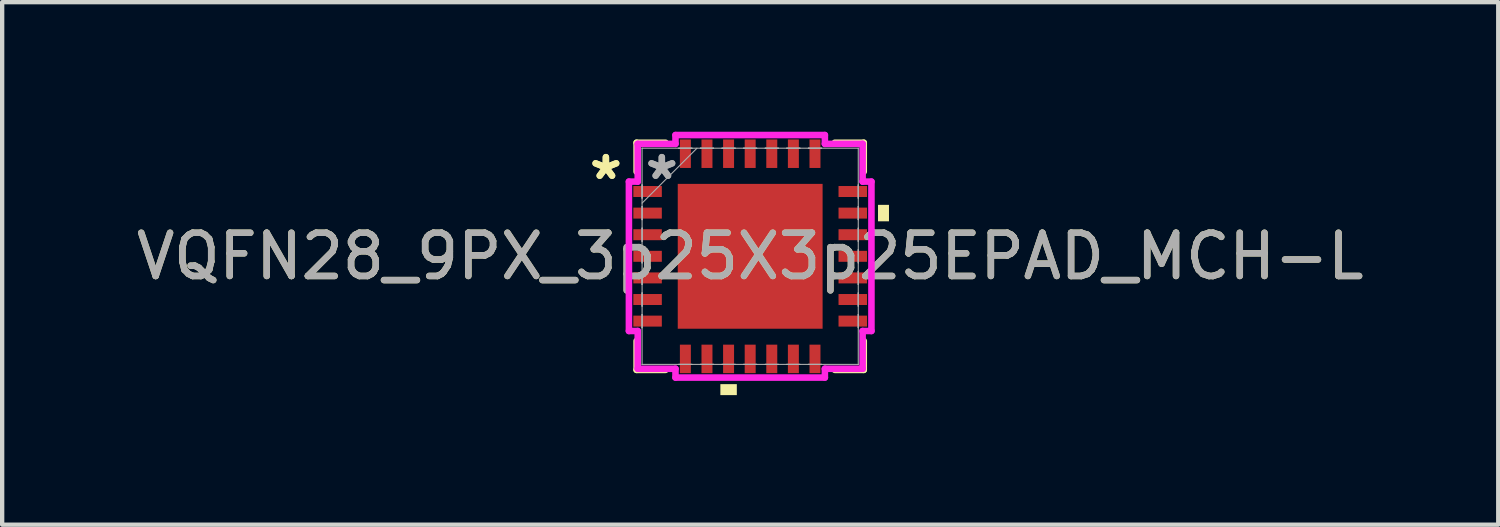
<source format=kicad_pcb>
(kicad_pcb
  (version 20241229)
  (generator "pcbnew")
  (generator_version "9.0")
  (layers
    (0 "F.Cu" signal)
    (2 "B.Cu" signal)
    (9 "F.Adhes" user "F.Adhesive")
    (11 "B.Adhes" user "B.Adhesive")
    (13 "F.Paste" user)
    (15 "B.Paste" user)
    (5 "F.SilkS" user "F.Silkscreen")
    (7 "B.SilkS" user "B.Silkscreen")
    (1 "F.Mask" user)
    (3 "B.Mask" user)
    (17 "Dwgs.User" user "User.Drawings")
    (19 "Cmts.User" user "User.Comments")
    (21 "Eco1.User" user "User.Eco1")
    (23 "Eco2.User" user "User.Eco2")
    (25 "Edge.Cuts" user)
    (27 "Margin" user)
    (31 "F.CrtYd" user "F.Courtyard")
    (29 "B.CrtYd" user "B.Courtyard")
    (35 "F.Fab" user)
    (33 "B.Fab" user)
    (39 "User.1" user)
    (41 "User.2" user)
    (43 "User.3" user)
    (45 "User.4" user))
  (footprint "VQFN28_9PX_3p25X3p25EPAD_MCH-L"
    (layer "F.Cu")
    (at 14.315 2.883)
    (property "Reference" "VQFN28_9PX_3p25X3p25EPAD_MCH-L" (at 0 0 0) (unlocked yes) (layer "F.SilkS") (effects (font (size 1 1) (thickness 0.15))))
    (attr smd)
    (fp_line (start -2.629 -2.629) (end -2.629 -1.96) (stroke (width 0.152) (type solid)) (layer "F.SilkS"))
    (fp_line (start -2.629 1.96) (end -2.629 2.629) (stroke (width 0.152) (type solid)) (layer "F.SilkS"))
    (fp_line (start -2.629 2.629) (end -1.96 2.629) (stroke (width 0.152) (type solid)) (layer "F.SilkS"))
    (fp_line (start -1.96 -2.629) (end -2.629 -2.629) (stroke (width 0.152) (type solid)) (layer "F.SilkS"))
    (fp_line (start 1.96 2.629) (end 2.629 2.629) (stroke (width 0.152) (type solid)) (layer "F.SilkS"))
    (fp_line (start 2.629 -2.629) (end 1.96 -2.629) (stroke (width 0.152) (type solid)) (layer "F.SilkS"))
    (fp_line (start 2.629 -1.96) (end 2.629 -2.629) (stroke (width 0.152) (type solid)) (layer "F.SilkS"))
    (fp_line (start 2.629 2.629) (end 2.629 1.96) (stroke (width 0.152) (type solid)) (layer "F.SilkS"))
    (fp_poly (pts (xy -0.69 2.959) (xy -0.69 3.213) (xy -0.309 3.213) (xy -0.309 2.959)) (stroke (width 0) (type solid)) (fill yes) (layer "F.SilkS"))
    (fp_poly (pts (xy 3.213 -1.191) (xy 3.213 -0.81) (xy 2.959 -0.81) (xy 2.959 -1.191)) (stroke (width 0) (type solid)) (fill yes) (layer "F.SilkS"))
    (fp_poly (pts (xy -1.576 -1.576) (xy -1.576 -0.1) (xy -0.1 -0.1) (xy -0.1 -1.576)) (stroke (width 0) (type solid)) (fill yes) (layer "F.Paste"))
    (fp_poly (pts (xy -1.576 0.1) (xy -1.576 1.576) (xy -0.1 1.576) (xy -0.1 0.1)) (stroke (width 0) (type solid)) (fill yes) (layer "F.Paste"))
    (fp_poly (pts (xy 0.1 -1.576) (xy 0.1 -0.1) (xy 1.576 -0.1) (xy 1.576 -1.576)) (stroke (width 0) (type solid)) (fill yes) (layer "F.Paste"))
    (fp_poly (pts (xy 0.1 0.1) (xy 0.1 1.576) (xy 1.576 1.576) (xy 1.576 0.1)) (stroke (width 0) (type solid)) (fill yes) (layer "F.Paste"))
    (fp_line (start -2.807 -1.729) (end -2.603 -1.729) (stroke (width 0.152) (type solid)) (layer "F.CrtYd"))
    (fp_line (start -2.807 1.729) (end -2.807 -1.729) (stroke (width 0.152) (type solid)) (layer "F.CrtYd"))
    (fp_line (start -2.603 -2.603) (end -1.729 -2.603) (stroke (width 0.152) (type solid)) (layer "F.CrtYd"))
    (fp_line (start -2.603 -1.729) (end -2.603 -2.603) (stroke (width 0.152) (type solid)) (layer "F.CrtYd"))
    (fp_line (start -2.603 1.729) (end -2.807 1.729) (stroke (width 0.152) (type solid)) (layer "F.CrtYd"))
    (fp_line (start -2.603 2.603) (end -2.603 1.729) (stroke (width 0.152) (type solid)) (layer "F.CrtYd"))
    (fp_line (start -1.729 -2.807) (end 1.729 -2.807) (stroke (width 0.152) (type solid)) (layer "F.CrtYd"))
    (fp_line (start -1.729 -2.603) (end -1.729 -2.807) (stroke (width 0.152) (type solid)) (layer "F.CrtYd"))
    (fp_line (start -1.729 2.603) (end -2.603 2.603) (stroke (width 0.152) (type solid)) (layer "F.CrtYd"))
    (fp_line (start -1.729 2.807) (end -1.729 2.603) (stroke (width 0.152) (type solid)) (layer "F.CrtYd"))
    (fp_line (start 1.729 -2.807) (end 1.729 -2.603) (stroke (width 0.152) (type solid)) (layer "F.CrtYd"))
    (fp_line (start 1.729 -2.603) (end 2.603 -2.603) (stroke (width 0.152) (type solid)) (layer "F.CrtYd"))
    (fp_line (start 1.729 2.603) (end 1.729 2.807) (stroke (width 0.152) (type solid)) (layer "F.CrtYd"))
    (fp_line (start 1.729 2.807) (end -1.729 2.807) (stroke (width 0.152) (type solid)) (layer "F.CrtYd"))
    (fp_line (start 2.603 -2.603) (end 2.603 -1.729) (stroke (width 0.152) (type solid)) (layer "F.CrtYd"))
    (fp_line (start 2.603 -1.729) (end 2.807 -1.729) (stroke (width 0.152) (type solid)) (layer "F.CrtYd"))
    (fp_line (start 2.603 1.729) (end 2.603 2.603) (stroke (width 0.152) (type solid)) (layer "F.CrtYd"))
    (fp_line (start 2.603 2.603) (end 1.729 2.603) (stroke (width 0.152) (type solid)) (layer "F.CrtYd"))
    (fp_line (start 2.807 -1.729) (end 2.807 1.729) (stroke (width 0.152) (type solid)) (layer "F.CrtYd"))
    (fp_line (start 2.807 1.729) (end 2.603 1.729) (stroke (width 0.152) (type solid)) (layer "F.CrtYd"))
    (fp_line (start -2.502 -2.502) (end -2.502 -2.502) (stroke (width 0.025) (type solid)) (layer "F.Fab"))
    (fp_line (start -2.502 -2.502) (end -2.502 2.502) (stroke (width 0.025) (type solid)) (layer "F.Fab"))
    (fp_line (start -2.502 -1.652) (end -2.502 -1.652) (stroke (width 0.025) (type solid)) (layer "F.Fab"))
    (fp_line (start -2.502 -1.652) (end -2.502 -1.348) (stroke (width 0.025) (type solid)) (layer "F.Fab"))
    (fp_line (start -2.502 -1.348) (end -2.502 -1.652) (stroke (width 0.025) (type solid)) (layer "F.Fab"))
    (fp_line (start -2.502 -1.348) (end -2.502 -1.348) (stroke (width 0.025) (type solid)) (layer "F.Fab"))
    (fp_line (start -2.502 -1.232) (end -1.232 -2.502) (stroke (width 0.025) (type solid)) (layer "F.Fab"))
    (fp_line (start -2.502 -1.152) (end -2.502 -1.152) (stroke (width 0.025) (type solid)) (layer "F.Fab"))
    (fp_line (start -2.502 -1.152) (end -2.502 -0.848) (stroke (width 0.025) (type solid)) (layer "F.Fab"))
    (fp_line (start -2.502 -0.848) (end -2.502 -1.152) (stroke (width 0.025) (type solid)) (layer "F.Fab"))
    (fp_line (start -2.502 -0.848) (end -2.502 -0.848) (stroke (width 0.025) (type solid)) (layer "F.Fab"))
    (fp_line (start -2.502 -0.652) (end -2.502 -0.652) (stroke (width 0.025) (type solid)) (layer "F.Fab"))
    (fp_line (start -2.502 -0.652) (end -2.502 -0.348) (stroke (width 0.025) (type solid)) (layer "F.Fab"))
    (fp_line (start -2.502 -0.348) (end -2.502 -0.652) (stroke (width 0.025) (type solid)) (layer "F.Fab"))
    (fp_line (start -2.502 -0.348) (end -2.502 -0.348) (stroke (width 0.025) (type solid)) (layer "F.Fab"))
    (fp_line (start -2.502 -0.152) (end -2.502 -0.152) (stroke (width 0.025) (type solid)) (layer "F.Fab"))
    (fp_line (start -2.502 -0.152) (end -2.502 0.152) (stroke (width 0.025) (type solid)) (layer "F.Fab"))
    (fp_line (start -2.502 0.152) (end -2.502 -0.152) (stroke (width 0.025) (type solid)) (layer "F.Fab"))
    (fp_line (start -2.502 0.152) (end -2.502 0.152) (stroke (width 0.025) (type solid)) (layer "F.Fab"))
    (fp_line (start -2.502 0.348) (end -2.502 0.348) (stroke (width 0.025) (type solid)) (layer "F.Fab"))
    (fp_line (start -2.502 0.348) (end -2.502 0.652) (stroke (width 0.025) (type solid)) (layer "F.Fab"))
    (fp_line (start -2.502 0.652) (end -2.502 0.348) (stroke (width 0.025) (type solid)) (layer "F.Fab"))
    (fp_line (start -2.502 0.652) (end -2.502 0.652) (stroke (width 0.025) (type solid)) (layer "F.Fab"))
    (fp_line (start -2.502 0.848) (end -2.502 0.848) (stroke (width 0.025) (type solid)) (layer "F.Fab"))
    (fp_line (start -2.502 0.848) (end -2.502 1.152) (stroke (width 0.025) (type solid)) (layer "F.Fab"))
    (fp_line (start -2.502 1.152) (end -2.502 0.848) (stroke (width 0.025) (type solid)) (layer "F.Fab"))
    (fp_line (start -2.502 1.152) (end -2.502 1.152) (stroke (width 0.025) (type solid)) (layer "F.Fab"))
    (fp_line (start -2.502 1.348) (end -2.502 1.348) (stroke (width 0.025) (type solid)) (layer "F.Fab"))
    (fp_line (start -2.502 1.348) (end -2.502 1.652) (stroke (width 0.025) (type solid)) (layer "F.Fab"))
    (fp_line (start -2.502 1.652) (end -2.502 1.348) (stroke (width 0.025) (type solid)) (layer "F.Fab"))
    (fp_line (start -2.502 1.652) (end -2.502 1.652) (stroke (width 0.025) (type solid)) (layer "F.Fab"))
    (fp_line (start -2.502 2.502) (end -2.502 2.502) (stroke (width 0.025) (type solid)) (layer "F.Fab"))
    (fp_line (start -2.502 2.502) (end 2.502 2.502) (stroke (width 0.025) (type solid)) (layer "F.Fab"))
    (fp_line (start -1.652 -2.502) (end -1.652 -2.502) (stroke (width 0.025) (type solid)) (layer "F.Fab"))
    (fp_line (start -1.652 -2.502) (end -1.348 -2.502) (stroke (width 0.025) (type solid)) (layer "F.Fab"))
    (fp_line (start -1.652 2.502) (end -1.652 2.502) (stroke (width 0.025) (type solid)) (layer "F.Fab"))
    (fp_line (start -1.652 2.502) (end -1.348 2.502) (stroke (width 0.025) (type solid)) (layer "F.Fab"))
    (fp_line (start -1.348 -2.502) (end -1.652 -2.502) (stroke (width 0.025) (type solid)) (layer "F.Fab"))
    (fp_line (start -1.348 -2.502) (end -1.348 -2.502) (stroke (width 0.025) (type solid)) (layer "F.Fab"))
    (fp_line (start -1.348 2.502) (end -1.652 2.502) (stroke (width 0.025) (type solid)) (layer "F.Fab"))
    (fp_line (start -1.348 2.502) (end -1.348 2.502) (stroke (width 0.025) (type solid)) (layer "F.Fab"))
    (fp_line (start -1.152 -2.502) (end -1.152 -2.502) (stroke (width 0.025) (type solid)) (layer "F.Fab"))
    (fp_line (start -1.152 -2.502) (end -0.848 -2.502) (stroke (width 0.025) (type solid)) (layer "F.Fab"))
    (fp_line (start -1.152 2.502) (end -1.152 2.502) (stroke (width 0.025) (type solid)) (layer "F.Fab"))
    (fp_line (start -1.152 2.502) (end -0.848 2.502) (stroke (width 0.025) (type solid)) (layer "F.Fab"))
    (fp_line (start -0.848 -2.502) (end -1.152 -2.502) (stroke (width 0.025) (type solid)) (layer "F.Fab"))
    (fp_line (start -0.848 -2.502) (end -0.848 -2.502) (stroke (width 0.025) (type solid)) (layer "F.Fab"))
    (fp_line (start -0.848 2.502) (end -1.152 2.502) (stroke (width 0.025) (type solid)) (layer "F.Fab"))
    (fp_line (start -0.848 2.502) (end -0.848 2.502) (stroke (width 0.025) (type solid)) (layer "F.Fab"))
    (fp_line (start -0.652 -2.502) (end -0.652 -2.502) (stroke (width 0.025) (type solid)) (layer "F.Fab"))
    (fp_line (start -0.652 -2.502) (end -0.348 -2.502) (stroke (width 0.025) (type solid)) (layer "F.Fab"))
    (fp_line (start -0.652 2.502) (end -0.652 2.502) (stroke (width 0.025) (type solid)) (layer "F.Fab"))
    (fp_line (start -0.652 2.502) (end -0.348 2.502) (stroke (width 0.025) (type solid)) (layer "F.Fab"))
    (fp_line (start -0.348 -2.502) (end -0.652 -2.502) (stroke (width 0.025) (type solid)) (layer "F.Fab"))
    (fp_line (start -0.348 -2.502) (end -0.348 -2.502) (stroke (width 0.025) (type solid)) (layer "F.Fab"))
    (fp_line (start -0.348 2.502) (end -0.652 2.502) (stroke (width 0.025) (type solid)) (layer "F.Fab"))
    (fp_line (start -0.348 2.502) (end -0.348 2.502) (stroke (width 0.025) (type solid)) (layer "F.Fab"))
    (fp_line (start -0.152 -2.502) (end -0.152 -2.502) (stroke (width 0.025) (type solid)) (layer "F.Fab"))
    (fp_line (start -0.152 -2.502) (end 0.152 -2.502) (stroke (width 0.025) (type solid)) (layer "F.Fab"))
    (fp_line (start -0.152 2.502) (end -0.152 2.502) (stroke (width 0.025) (type solid)) (layer "F.Fab"))
    (fp_line (start -0.152 2.502) (end 0.152 2.502) (stroke (width 0.025) (type solid)) (layer "F.Fab"))
    (fp_line (start 0.152 -2.502) (end -0.152 -2.502) (stroke (width 0.025) (type solid)) (layer "F.Fab"))
    (fp_line (start 0.152 -2.502) (end 0.152 -2.502) (stroke (width 0.025) (type solid)) (layer "F.Fab"))
    (fp_line (start 0.152 2.502) (end -0.152 2.502) (stroke (width 0.025) (type solid)) (layer "F.Fab"))
    (fp_line (start 0.152 2.502) (end 0.152 2.502) (stroke (width 0.025) (type solid)) (layer "F.Fab"))
    (fp_line (start 0.348 -2.502) (end 0.348 -2.502) (stroke (width 0.025) (type solid)) (layer "F.Fab"))
    (fp_line (start 0.348 -2.502) (end 0.652 -2.502) (stroke (width 0.025) (type solid)) (layer "F.Fab"))
    (fp_line (start 0.348 2.502) (end 0.348 2.502) (stroke (width 0.025) (type solid)) (layer "F.Fab"))
    (fp_line (start 0.348 2.502) (end 0.652 2.502) (stroke (width 0.025) (type solid)) (layer "F.Fab"))
    (fp_line (start 0.652 -2.502) (end 0.348 -2.502) (stroke (width 0.025) (type solid)) (layer "F.Fab"))
    (fp_line (start 0.652 -2.502) (end 0.652 -2.502) (stroke (width 0.025) (type solid)) (layer "F.Fab"))
    (fp_line (start 0.652 2.502) (end 0.348 2.502) (stroke (width 0.025) (type solid)) (layer "F.Fab"))
    (fp_line (start 0.652 2.502) (end 0.652 2.502) (stroke (width 0.025) (type solid)) (layer "F.Fab"))
    (fp_line (start 0.848 -2.502) (end 0.848 -2.502) (stroke (width 0.025) (type solid)) (layer "F.Fab"))
    (fp_line (start 0.848 -2.502) (end 1.152 -2.502) (stroke (width 0.025) (type solid)) (layer "F.Fab"))
    (fp_line (start 0.848 2.502) (end 0.848 2.502) (stroke (width 0.025) (type solid)) (layer "F.Fab"))
    (fp_line (start 0.848 2.502) (end 1.152 2.502) (stroke (width 0.025) (type solid)) (layer "F.Fab"))
    (fp_line (start 1.152 -2.502) (end 0.848 -2.502) (stroke (width 0.025) (type solid)) (layer "F.Fab"))
    (fp_line (start 1.152 -2.502) (end 1.152 -2.502) (stroke (width 0.025) (type solid)) (layer "F.Fab"))
    (fp_line (start 1.152 2.502) (end 0.848 2.502) (stroke (width 0.025) (type solid)) (layer "F.Fab"))
    (fp_line (start 1.152 2.502) (end 1.152 2.502) (stroke (width 0.025) (type solid)) (layer "F.Fab"))
    (fp_line (start 1.348 -2.502) (end 1.348 -2.502) (stroke (width 0.025) (type solid)) (layer "F.Fab"))
    (fp_line (start 1.348 -2.502) (end 1.652 -2.502) (stroke (width 0.025) (type solid)) (layer "F.Fab"))
    (fp_line (start 1.348 2.502) (end 1.348 2.502) (stroke (width 0.025) (type solid)) (layer "F.Fab"))
    (fp_line (start 1.348 2.502) (end 1.652 2.502) (stroke (width 0.025) (type solid)) (layer "F.Fab"))
    (fp_line (start 1.652 -2.502) (end 1.348 -2.502) (stroke (width 0.025) (type solid)) (layer "F.Fab"))
    (fp_line (start 1.652 -2.502) (end 1.652 -2.502) (stroke (width 0.025) (type solid)) (layer "F.Fab"))
    (fp_line (start 1.652 2.502) (end 1.348 2.502) (stroke (width 0.025) (type solid)) (layer "F.Fab"))
    (fp_line (start 1.652 2.502) (end 1.652 2.502) (stroke (width 0.025) (type solid)) (layer "F.Fab"))
    (fp_line (start 2.502 -2.502) (end -2.502 -2.502) (stroke (width 0.025) (type solid)) (layer "F.Fab"))
    (fp_line (start 2.502 -2.502) (end 2.502 -2.502) (stroke (width 0.025) (type solid)) (layer "F.Fab"))
    (fp_line (start 2.502 -1.652) (end 2.502 -1.652) (stroke (width 0.025) (type solid)) (layer "F.Fab"))
    (fp_line (start 2.502 -1.652) (end 2.502 -1.348) (stroke (width 0.025) (type solid)) (layer "F.Fab"))
    (fp_line (start 2.502 -1.348) (end 2.502 -1.652) (stroke (width 0.025) (type solid)) (layer "F.Fab"))
    (fp_line (start 2.502 -1.348) (end 2.502 -1.348) (stroke (width 0.025) (type solid)) (layer "F.Fab"))
    (fp_line (start 2.502 -1.152) (end 2.502 -1.152) (stroke (width 0.025) (type solid)) (layer "F.Fab"))
    (fp_line (start 2.502 -1.152) (end 2.502 -0.848) (stroke (width 0.025) (type solid)) (layer "F.Fab"))
    (fp_line (start 2.502 -0.848) (end 2.502 -1.152) (stroke (width 0.025) (type solid)) (layer "F.Fab"))
    (fp_line (start 2.502 -0.848) (end 2.502 -0.848) (stroke (width 0.025) (type solid)) (layer "F.Fab"))
    (fp_line (start 2.502 -0.652) (end 2.502 -0.652) (stroke (width 0.025) (type solid)) (layer "F.Fab"))
    (fp_line (start 2.502 -0.652) (end 2.502 -0.348) (stroke (width 0.025) (type solid)) (layer "F.Fab"))
    (fp_line (start 2.502 -0.348) (end 2.502 -0.652) (stroke (width 0.025) (type solid)) (layer "F.Fab"))
    (fp_line (start 2.502 -0.348) (end 2.502 -0.348) (stroke (width 0.025) (type solid)) (layer "F.Fab"))
    (fp_line (start 2.502 -0.152) (end 2.502 -0.152) (stroke (width 0.025) (type solid)) (layer "F.Fab"))
    (fp_line (start 2.502 -0.152) (end 2.502 0.152) (stroke (width 0.025) (type solid)) (layer "F.Fab"))
    (fp_line (start 2.502 0.152) (end 2.502 -0.152) (stroke (width 0.025) (type solid)) (layer "F.Fab"))
    (fp_line (start 2.502 0.152) (end 2.502 0.152) (stroke (width 0.025) (type solid)) (layer "F.Fab"))
    (fp_line (start 2.502 0.348) (end 2.502 0.348) (stroke (width 0.025) (type solid)) (layer "F.Fab"))
    (fp_line (start 2.502 0.348) (end 2.502 0.652) (stroke (width 0.025) (type solid)) (layer "F.Fab"))
    (fp_line (start 2.502 0.652) (end 2.502 0.348) (stroke (width 0.025) (type solid)) (layer "F.Fab"))
    (fp_line (start 2.502 0.652) (end 2.502 0.652) (stroke (width 0.025) (type solid)) (layer "F.Fab"))
    (fp_line (start 2.502 0.848) (end 2.502 0.848) (stroke (width 0.025) (type solid)) (layer "F.Fab"))
    (fp_line (start 2.502 0.848) (end 2.502 1.152) (stroke (width 0.025) (type solid)) (layer "F.Fab"))
    (fp_line (start 2.502 1.152) (end 2.502 0.848) (stroke (width 0.025) (type solid)) (layer "F.Fab"))
    (fp_line (start 2.502 1.152) (end 2.502 1.152) (stroke (width 0.025) (type solid)) (layer "F.Fab"))
    (fp_line (start 2.502 1.348) (end 2.502 1.348) (stroke (width 0.025) (type solid)) (layer "F.Fab"))
    (fp_line (start 2.502 1.348) (end 2.502 1.652) (stroke (width 0.025) (type solid)) (layer "F.Fab"))
    (fp_line (start 2.502 1.652) (end 2.502 1.348) (stroke (width 0.025) (type solid)) (layer "F.Fab"))
    (fp_line (start 2.502 1.652) (end 2.502 1.652) (stroke (width 0.025) (type solid)) (layer "F.Fab"))
    (fp_line (start 2.502 2.502) (end 2.502 -2.502) (stroke (width 0.025) (type solid)) (layer "F.Fab"))
    (fp_line (start 2.502 2.502) (end 2.502 2.502) (stroke (width 0.025) (type solid)) (layer "F.Fab"))
    (fp_text user "*" (at -3.34 -1.75 0) (unlocked yes) (layer "F.SilkS") (effects (font (size 1 1) (thickness 0.15))))
    (fp_text user "*" (at -3.34 -1.75 0) (layer "F.SilkS") (effects (font (size 1 1) (thickness 0.15))))
    (fp_text user "*" (at -2.045 -1.75 0) (layer "F.Fab") (effects (font (size 1 1) (thickness 0.15))))
    (fp_text user "${REFERENCE}" (at 0 0 0) (unlocked yes) (layer "F.Fab") (effects (font (size 1 1) (thickness 0.15))))
    (fp_text user "*" (at -2.045 -1.75 0) (unlocked yes) (layer "F.Fab") (effects (font (size 1 1) (thickness 0.15))))
    (pad "1" smd rect (at -2.375 -1.5 90) (size 0.254 0.66) (layers "F.Cu" "F.Mask" "F.Paste"))
    (pad "2" smd rect (at -2.375 -1 90) (size 0.254 0.66) (layers "F.Cu" "F.Mask" "F.Paste"))
    (pad "3" smd rect (at -2.375 -0.5 90) (size 0.254 0.66) (layers "F.Cu" "F.Mask" "F.Paste"))
    (pad "4" smd rect (at -2.375 0 90) (size 0.254 0.66) (layers "F.Cu" "F.Mask" "F.Paste"))
    (pad "5" smd rect (at -2.375 0.5 90) (size 0.254 0.66) (layers "F.Cu" "F.Mask" "F.Paste"))
    (pad "6" smd rect (at -2.375 1 90) (size 0.254 0.66) (layers "F.Cu" "F.Mask" "F.Paste"))
    (pad "7" smd rect (at -2.375 1.5 90) (size 0.254 0.66) (layers "F.Cu" "F.Mask" "F.Paste"))
    (pad "8" smd rect (at -1.5 2.375) (size 0.254 0.66) (layers "F.Cu" "F.Mask" "F.Paste"))
    (pad "9" smd rect (at -1 2.375) (size 0.254 0.66) (layers "F.Cu" "F.Mask" "F.Paste"))
    (pad "10" smd rect (at -0.5 2.375) (size 0.254 0.66) (layers "F.Cu" "F.Mask" "F.Paste"))
    (pad "11" smd rect (at 0 2.375) (size 0.254 0.66) (layers "F.Cu" "F.Mask" "F.Paste"))
    (pad "12" smd rect (at 0.5 2.375) (size 0.254 0.66) (layers "F.Cu" "F.Mask" "F.Paste"))
    (pad "13" smd rect (at 1 2.375) (size 0.254 0.66) (layers "F.Cu" "F.Mask" "F.Paste"))
    (pad "14" smd rect (at 1.5 2.375) (size 0.254 0.66) (layers "F.Cu" "F.Mask" "F.Paste"))
    (pad "15" smd rect (at 2.375 1.5 90) (size 0.254 0.66) (layers "F.Cu" "F.Mask" "F.Paste"))
    (pad "16" smd rect (at 2.375 1 90) (size 0.254 0.66) (layers "F.Cu" "F.Mask" "F.Paste"))
    (pad "17" smd rect (at 2.375 0.5 90) (size 0.254 0.66) (layers "F.Cu" "F.Mask" "F.Paste"))
    (pad "18" smd rect (at 2.375 0 90) (size 0.254 0.66) (layers "F.Cu" "F.Mask" "F.Paste"))
    (pad "19" smd rect (at 2.375 -0.5 90) (size 0.254 0.66) (layers "F.Cu" "F.Mask" "F.Paste"))
    (pad "20" smd rect (at 2.375 -1 90) (size 0.254 0.66) (layers "F.Cu" "F.Mask" "F.Paste"))
    (pad "21" smd rect (at 2.375 -1.5 90) (size 0.254 0.66) (layers "F.Cu" "F.Mask" "F.Paste"))
    (pad "22" smd rect (at 1.5 -2.375) (size 0.254 0.66) (layers "F.Cu" "F.Mask" "F.Paste"))
    (pad "23" smd rect (at 1 -2.375) (size 0.254 0.66) (layers "F.Cu" "F.Mask" "F.Paste"))
    (pad "24" smd rect (at 0.5 -2.375) (size 0.254 0.66) (layers "F.Cu" "F.Mask" "F.Paste"))
    (pad "25" smd rect (at 0 -2.375) (size 0.254 0.66) (layers "F.Cu" "F.Mask" "F.Paste"))
    (pad "26" smd rect (at -0.5 -2.375) (size 0.254 0.66) (layers "F.Cu" "F.Mask" "F.Paste"))
    (pad "27" smd rect (at -1 -2.375) (size 0.254 0.66) (layers "F.Cu" "F.Mask" "F.Paste"))
    (pad "28" smd rect (at -1.5 -2.375) (size 0.254 0.66) (layers "F.Cu" "F.Mask" "F.Paste"))
    (pad "29" smd rect (at 0 0) (size 3.353 3.353) (layers "F.Cu" "F.Mask" "F.Paste")))
  (gr_rect
    (start -3 -3)
    (end 31.631 9.096)
    (stroke (width 0.1) (type default))
    (fill no)
    (layer "Edge.Cuts")))
</source>
